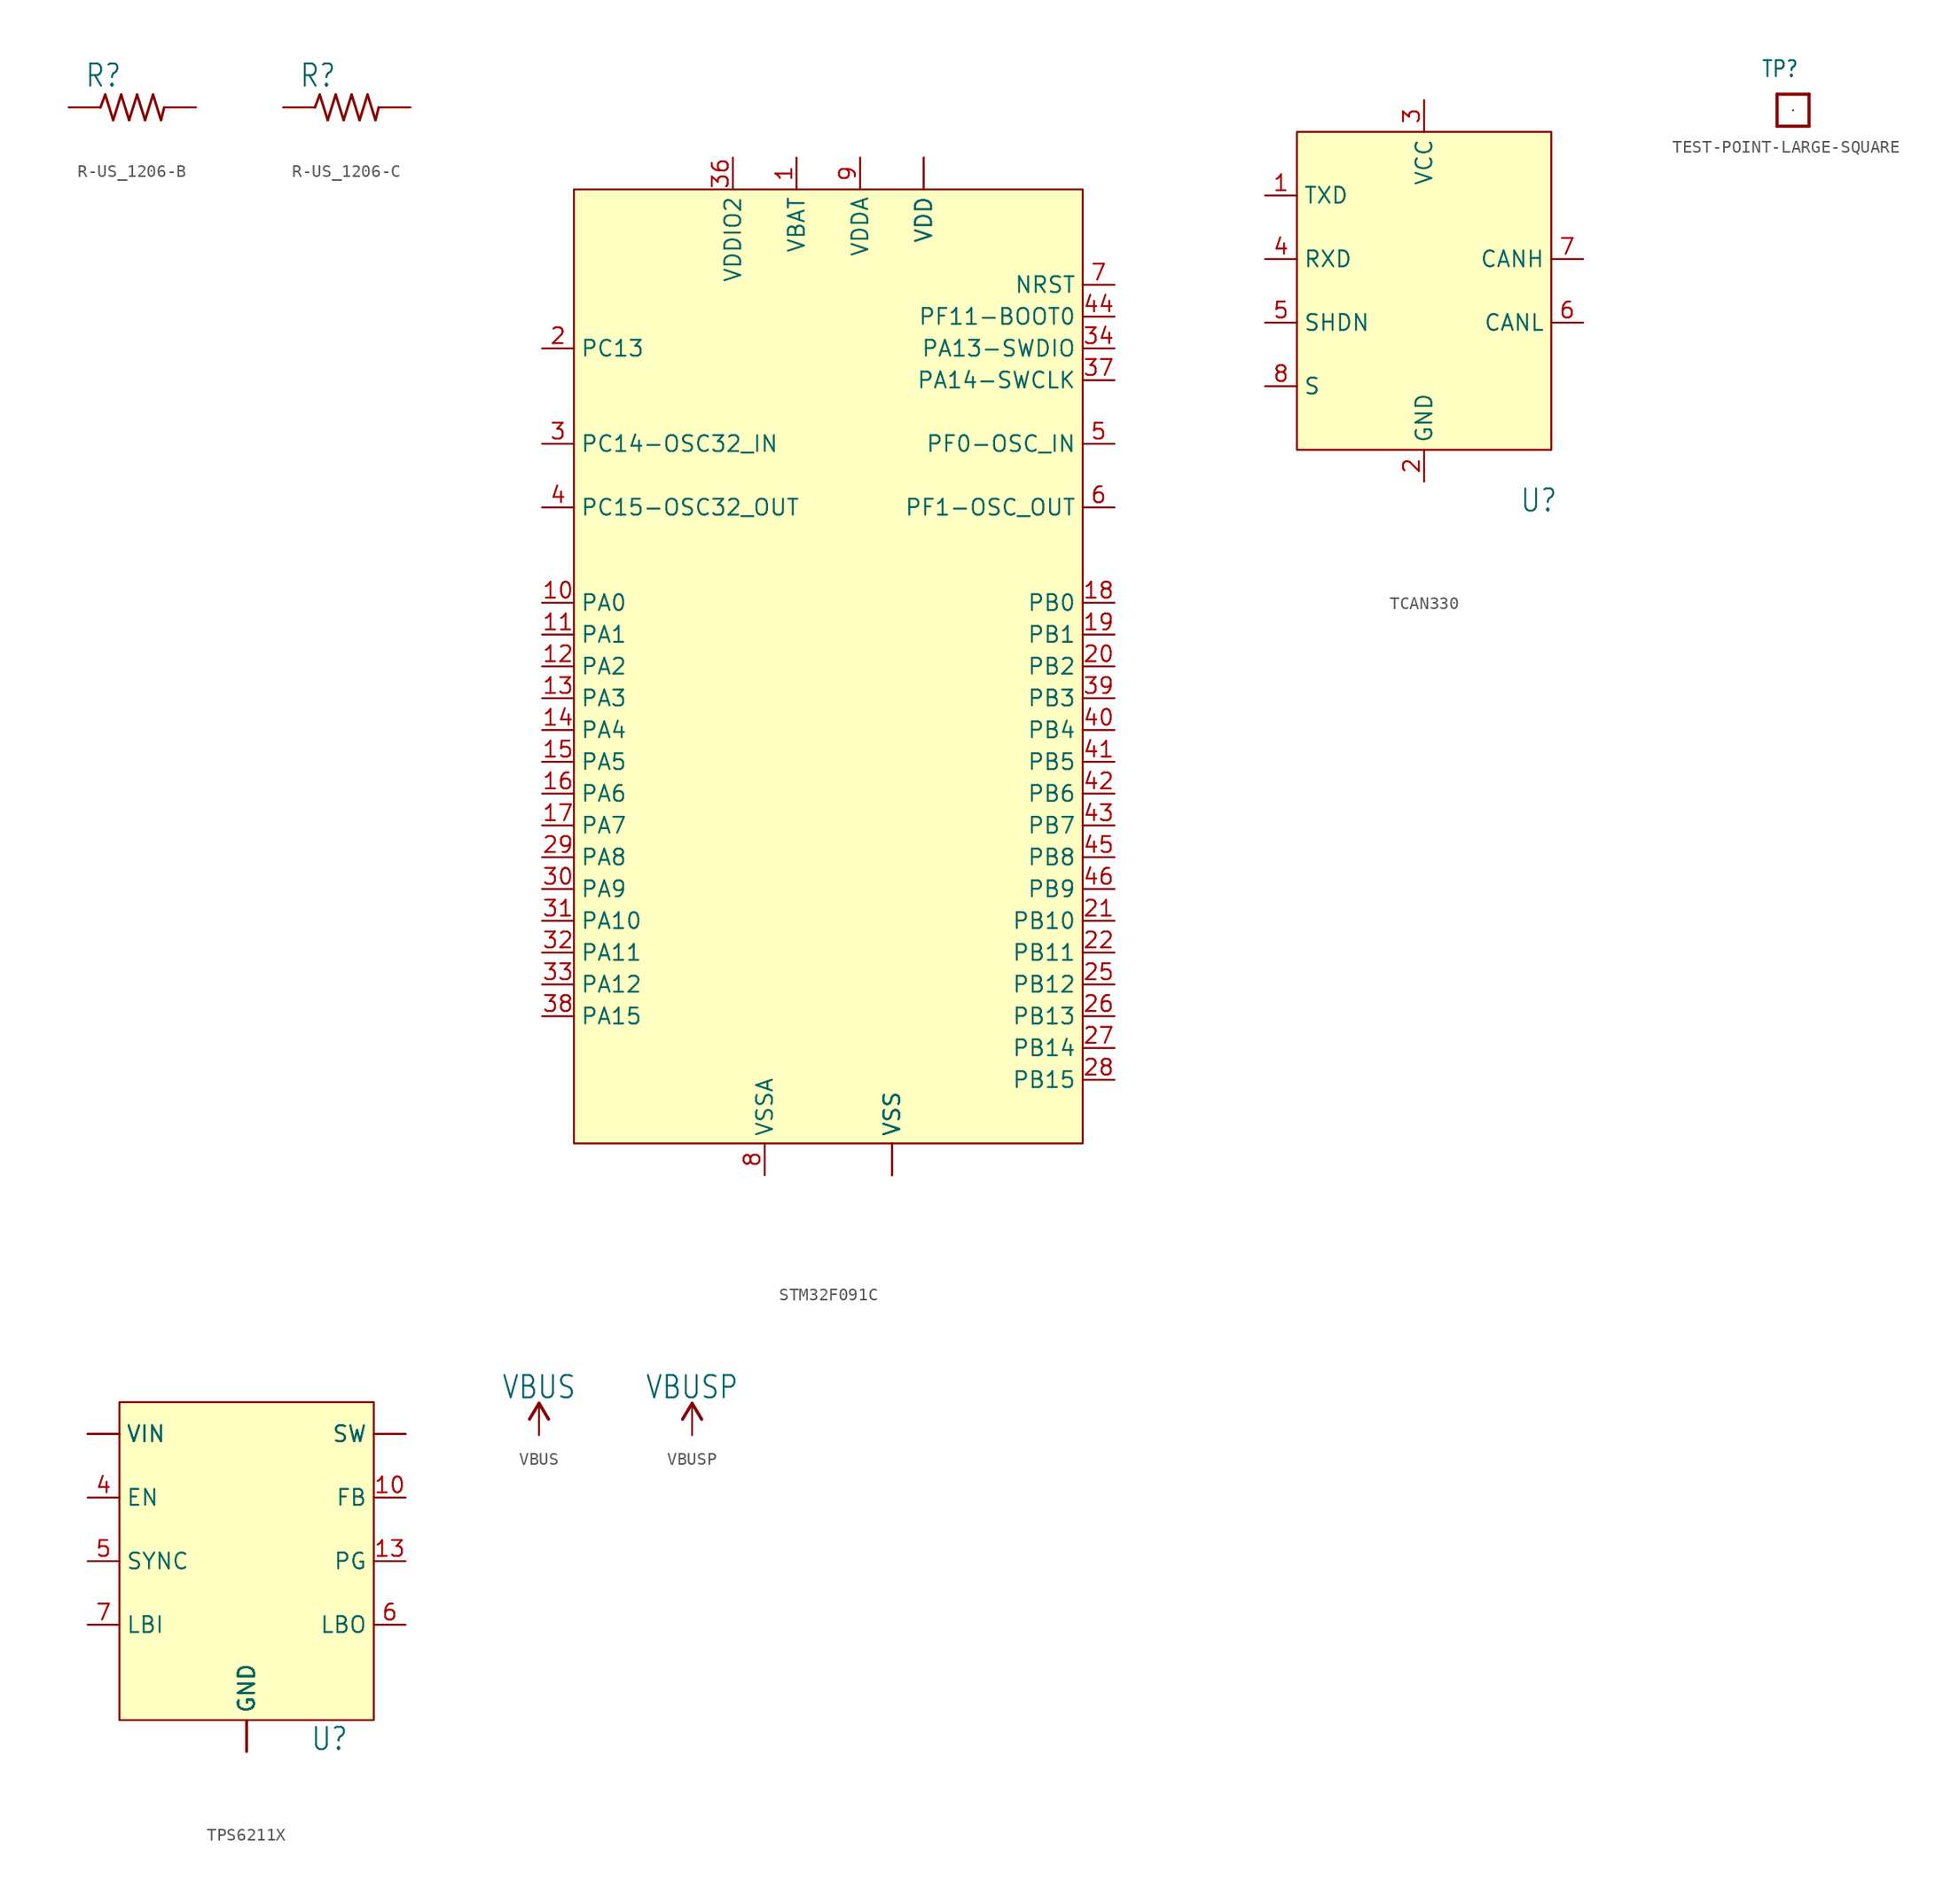
<source format=kicad_sym>
(kicad_symbol_lib
  (version 20241209)
  (generator "kicad_symbol_editor")
  (generator_version "9.0")
  (symbol "R-US_1206-B"
    (property "Reference" "R"
      (at -3.81 1.499 0)
      (effects (font (size 1.778 1.511)) (justify left bottom)))
    (property "Value" ""
      (at -3.81 -3.302 0)
      (effects (font (size 1.778 1.511)) (justify left bottom)))
    (property "ki_locked" ""
      (at 0 0 0)
      (effects (font (size 1.27 1.27))))
    (symbol "R-US_1206-B_1_0"
      (polyline (pts (xy -2.54 0) (xy -2.159 1.016)) (stroke (width 0.203) (type solid)) (fill (type none)))
      (polyline (pts (xy -2.159 1.016) (xy -1.524 -1.016)) (stroke (width 0.203) (type solid)) (fill (type none)))
      (polyline (pts (xy -1.524 -1.016) (xy -0.889 1.016)) (stroke (width 0.203) (type solid)) (fill (type none)))
      (polyline (pts (xy -0.889 1.016) (xy -0.254 -1.016)) (stroke (width 0.203) (type solid)) (fill (type none)))
      (polyline (pts (xy -0.254 -1.016) (xy 0.381 1.016)) (stroke (width 0.203) (type solid)) (fill (type none)))
      (polyline (pts (xy 0.381 1.016) (xy 1.016 -1.016)) (stroke (width 0.203) (type solid)) (fill (type none)))
      (polyline (pts (xy 1.016 -1.016) (xy 1.651 1.016)) (stroke (width 0.203) (type solid)) (fill (type none)))
      (polyline (pts (xy 1.651 1.016) (xy 2.286 -1.016)) (stroke (width 0.203) (type solid)) (fill (type none)))
      (polyline (pts (xy 2.286 -1.016) (xy 2.54 0)) (stroke (width 0.203) (type solid)) (fill (type none)))
      (pin passive line (at -5.08 0 0) (length 2.54) (name "1" (effects (font (size 0 0)))) (number "1" (effects (font (size 0 0)))))
      (pin passive line (at 5.08 0 180) (length 2.54) (name "2" (effects (font (size 0 0)))) (number "2" (effects (font (size 0 0)))))))
  (symbol "R-US_1206-C"
    (property "Reference" "R"
      (at -3.81 1.499 0)
      (effects (font (size 1.778 1.511)) (justify left bottom)))
    (property "Value" ""
      (at -3.81 -3.302 0)
      (effects (font (size 1.778 1.511)) (justify left bottom)))
    (property "ki_locked" ""
      (at 0 0 0)
      (effects (font (size 1.27 1.27))))
    (symbol "R-US_1206-C_1_0"
      (polyline (pts (xy -2.54 0) (xy -2.159 1.016)) (stroke (width 0.203) (type solid)) (fill (type none)))
      (polyline (pts (xy -2.159 1.016) (xy -1.524 -1.016)) (stroke (width 0.203) (type solid)) (fill (type none)))
      (polyline (pts (xy -1.524 -1.016) (xy -0.889 1.016)) (stroke (width 0.203) (type solid)) (fill (type none)))
      (polyline (pts (xy -0.889 1.016) (xy -0.254 -1.016)) (stroke (width 0.203) (type solid)) (fill (type none)))
      (polyline (pts (xy -0.254 -1.016) (xy 0.381 1.016)) (stroke (width 0.203) (type solid)) (fill (type none)))
      (polyline (pts (xy 0.381 1.016) (xy 1.016 -1.016)) (stroke (width 0.203) (type solid)) (fill (type none)))
      (polyline (pts (xy 1.016 -1.016) (xy 1.651 1.016)) (stroke (width 0.203) (type solid)) (fill (type none)))
      (polyline (pts (xy 1.651 1.016) (xy 2.286 -1.016)) (stroke (width 0.203) (type solid)) (fill (type none)))
      (polyline (pts (xy 2.286 -1.016) (xy 2.54 0)) (stroke (width 0.203) (type solid)) (fill (type none)))
      (pin passive line (at -5.08 0 0) (length 2.54) (name "1" (effects (font (size 0 0)))) (number "1" (effects (font (size 0 0)))))
      (pin passive line (at 5.08 0 180) (length 2.54) (name "2" (effects (font (size 0 0)))) (number "2" (effects (font (size 0 0)))))))
  (symbol "STM32F091C"
    (property "Reference" ""
      (at -20.32 38.1 0)
      (effects (font (size 1.778 1.511)) (justify left bottom) (hide yes)))
    (property "ki_locked" ""
      (at 0 0 0)
      (effects (font (size 1.27 1.27))))
    (symbol "STM32F091C_1_0"
      (pin bidirectional line (at -22.86 25.4 0) (length 2.54) (name "PC13" (effects (font (size 1.27 1.27)))) (number "2" (effects (font (size 1.27 1.27)))))
      (pin bidirectional line (at -22.86 17.78 0) (length 2.54) (name "PC14-OSC32_IN" (effects (font (size 1.27 1.27)))) (number "3" (effects (font (size 1.27 1.27)))))
      (pin bidirectional line (at -22.86 12.7 0) (length 2.54) (name "PC15-OSC32_OUT" (effects (font (size 1.27 1.27)))) (number "4" (effects (font (size 1.27 1.27)))))
      (pin bidirectional line (at -22.86 5.08 0) (length 2.54) (name "PA0" (effects (font (size 1.27 1.27)))) (number "10" (effects (font (size 1.27 1.27)))))
      (pin bidirectional line (at -22.86 2.54 0) (length 2.54) (name "PA1" (effects (font (size 1.27 1.27)))) (number "11" (effects (font (size 1.27 1.27)))))
      (pin bidirectional line (at -22.86 0 0) (length 2.54) (name "PA2" (effects (font (size 1.27 1.27)))) (number "12" (effects (font (size 1.27 1.27)))))
      (pin bidirectional line (at -22.86 -2.54 0) (length 2.54) (name "PA3" (effects (font (size 1.27 1.27)))) (number "13" (effects (font (size 1.27 1.27)))))
      (pin bidirectional line (at -22.86 -5.08 0) (length 2.54) (name "PA4" (effects (font (size 1.27 1.27)))) (number "14" (effects (font (size 1.27 1.27)))))
      (pin bidirectional line (at -22.86 -7.62 0) (length 2.54) (name "PA5" (effects (font (size 1.27 1.27)))) (number "15" (effects (font (size 1.27 1.27)))))
      (pin bidirectional line (at -22.86 -10.16 0) (length 2.54) (name "PA6" (effects (font (size 1.27 1.27)))) (number "16" (effects (font (size 1.27 1.27)))))
      (pin bidirectional line (at -22.86 -12.7 0) (length 2.54) (name "PA7" (effects (font (size 1.27 1.27)))) (number "17" (effects (font (size 1.27 1.27)))))
      (pin bidirectional line (at -22.86 -15.24 0) (length 2.54) (name "PA8" (effects (font (size 1.27 1.27)))) (number "29" (effects (font (size 1.27 1.27)))))
      (pin bidirectional line (at -22.86 -17.78 0) (length 2.54) (name "PA9" (effects (font (size 1.27 1.27)))) (number "30" (effects (font (size 1.27 1.27)))))
      (pin bidirectional line (at -22.86 -20.32 0) (length 2.54) (name "PA10" (effects (font (size 1.27 1.27)))) (number "31" (effects (font (size 1.27 1.27)))))
      (pin bidirectional line (at -22.86 -22.86 0) (length 2.54) (name "PA11" (effects (font (size 1.27 1.27)))) (number "32" (effects (font (size 1.27 1.27)))))
      (pin bidirectional line (at -22.86 -25.4 0) (length 2.54) (name "PA12" (effects (font (size 1.27 1.27)))) (number "33" (effects (font (size 1.27 1.27)))))
      (pin bidirectional line (at -22.86 -27.94 0) (length 2.54) (name "PA15" (effects (font (size 1.27 1.27)))) (number "38" (effects (font (size 1.27 1.27)))))
      (pin power_in line (at -7.62 40.64 270) (length 2.54) (name "VDDIO2" (effects (font (size 1.27 1.27)))) (number "36" (effects (font (size 1.27 1.27)))))
      (pin power_in line (at -5.08 -40.64 90) (length 2.54) (name "VSSA" (effects (font (size 1.27 1.27)))) (number "8" (effects (font (size 1.27 1.27)))))
      (pin power_in line (at -2.54 40.64 270) (length 2.54) (name "VBAT" (effects (font (size 1.27 1.27)))) (number "1" (effects (font (size 1.27 1.27)))))
      (pin power_in line (at 2.54 40.64 270) (length 2.54) (name "VDDA" (effects (font (size 1.27 1.27)))) (number "9" (effects (font (size 1.27 1.27)))))
      (pin power_in line (at 5.08 -40.64 90) (length 2.54) (name "VSS" (effects (font (size 1.27 1.27)))) (number "23" (effects (font (size 0 0)))))
      (pin power_in line (at 5.08 -40.64 90) (length 2.54) (name "VSS" (effects (font (size 1.27 1.27)))) (number "35" (effects (font (size 0 0)))))
      (pin power_in line (at 5.08 -40.64 90) (length 2.54) (name "VSS" (effects (font (size 1.27 1.27)))) (number "47" (effects (font (size 0 0)))))
      (pin power_in line (at 7.62 40.64 270) (length 2.54) (name "VDD" (effects (font (size 1.27 1.27)))) (number "24" (effects (font (size 0 0)))))
      (pin power_in line (at 7.62 40.64 270) (length 2.54) (name "VDD" (effects (font (size 1.27 1.27)))) (number "48" (effects (font (size 0 0)))))
      (pin bidirectional line (at 22.86 30.48 180) (length 2.54) (name "NRST" (effects (font (size 1.27 1.27)))) (number "7" (effects (font (size 1.27 1.27)))))
      (pin bidirectional line (at 22.86 27.94 180) (length 2.54) (name "PF11-BOOT0" (effects (font (size 1.27 1.27)))) (number "44" (effects (font (size 1.27 1.27)))))
      (pin bidirectional line (at 22.86 25.4 180) (length 2.54) (name "PA13-SWDIO" (effects (font (size 1.27 1.27)))) (number "34" (effects (font (size 1.27 1.27)))))
      (pin bidirectional line (at 22.86 22.86 180) (length 2.54) (name "PA14-SWCLK" (effects (font (size 1.27 1.27)))) (number "37" (effects (font (size 1.27 1.27)))))
      (pin bidirectional line (at 22.86 17.78 180) (length 2.54) (name "PF0-OSC_IN" (effects (font (size 1.27 1.27)))) (number "5" (effects (font (size 1.27 1.27)))))
      (pin bidirectional line (at 22.86 12.7 180) (length 2.54) (name "PF1-OSC_OUT" (effects (font (size 1.27 1.27)))) (number "6" (effects (font (size 1.27 1.27)))))
      (pin bidirectional line (at 22.86 5.08 180) (length 2.54) (name "PB0" (effects (font (size 1.27 1.27)))) (number "18" (effects (font (size 1.27 1.27)))))
      (pin bidirectional line (at 22.86 2.54 180) (length 2.54) (name "PB1" (effects (font (size 1.27 1.27)))) (number "19" (effects (font (size 1.27 1.27)))))
      (pin bidirectional line (at 22.86 0 180) (length 2.54) (name "PB2" (effects (font (size 1.27 1.27)))) (number "20" (effects (font (size 1.27 1.27)))))
      (pin bidirectional line (at 22.86 -2.54 180) (length 2.54) (name "PB3" (effects (font (size 1.27 1.27)))) (number "39" (effects (font (size 1.27 1.27)))))
      (pin bidirectional line (at 22.86 -5.08 180) (length 2.54) (name "PB4" (effects (font (size 1.27 1.27)))) (number "40" (effects (font (size 1.27 1.27)))))
      (pin bidirectional line (at 22.86 -7.62 180) (length 2.54) (name "PB5" (effects (font (size 1.27 1.27)))) (number "41" (effects (font (size 1.27 1.27)))))
      (pin bidirectional line (at 22.86 -10.16 180) (length 2.54) (name "PB6" (effects (font (size 1.27 1.27)))) (number "42" (effects (font (size 1.27 1.27)))))
      (pin bidirectional line (at 22.86 -12.7 180) (length 2.54) (name "PB7" (effects (font (size 1.27 1.27)))) (number "43" (effects (font (size 1.27 1.27)))))
      (pin bidirectional line (at 22.86 -15.24 180) (length 2.54) (name "PB8" (effects (font (size 1.27 1.27)))) (number "45" (effects (font (size 1.27 1.27)))))
      (pin bidirectional line (at 22.86 -17.78 180) (length 2.54) (name "PB9" (effects (font (size 1.27 1.27)))) (number "46" (effects (font (size 1.27 1.27)))))
      (pin bidirectional line (at 22.86 -20.32 180) (length 2.54) (name "PB10" (effects (font (size 1.27 1.27)))) (number "21" (effects (font (size 1.27 1.27)))))
      (pin bidirectional line (at 22.86 -22.86 180) (length 2.54) (name "PB11" (effects (font (size 1.27 1.27)))) (number "22" (effects (font (size 1.27 1.27)))))
      (pin bidirectional line (at 22.86 -25.4 180) (length 2.54) (name "PB12" (effects (font (size 1.27 1.27)))) (number "25" (effects (font (size 1.27 1.27)))))
      (pin bidirectional line (at 22.86 -27.94 180) (length 2.54) (name "PB13" (effects (font (size 1.27 1.27)))) (number "26" (effects (font (size 1.27 1.27)))))
      (pin bidirectional line (at 22.86 -30.48 180) (length 2.54) (name "PB14" (effects (font (size 1.27 1.27)))) (number "27" (effects (font (size 1.27 1.27)))))
      (pin bidirectional line (at 22.86 -33.02 180) (length 2.54) (name "PB15" (effects (font (size 1.27 1.27)))) (number "28" (effects (font (size 1.27 1.27))))))
    (symbol "STM32F091C_1_1"
      (rectangle (start -20.32 38.1) (end 20.32 -38.1) (stroke (width 0) (type solid)) (fill (type background)))))
  (symbol "TCAN330"
    (property "Reference" "U"
      (at 7.62 -17.78 0)
      (effects (font (size 1.778 1.511)) (justify left bottom)))
    (property "Value" ""
      (at 7.62 -20.32 0)
      (effects (font (size 1.778 1.511)) (justify left bottom)))
    (property "ki_locked" ""
      (at 0 0 0)
      (effects (font (size 1.27 1.27))))
    (symbol "TCAN330_1_0"
      (pin input line (at -12.7 7.62 0) (length 2.54) (name "TXD" (effects (font (size 1.27 1.27)))) (number "1" (effects (font (size 1.27 1.27)))))
      (pin output line (at -12.7 2.54 0) (length 2.54) (name "RXD" (effects (font (size 1.27 1.27)))) (number "4" (effects (font (size 1.27 1.27)))))
      (pin input line (at -12.7 -2.54 0) (length 2.54) (name "SHDN" (effects (font (size 1.27 1.27)))) (number "5" (effects (font (size 1.27 1.27)))))
      (pin input line (at -12.7 -7.62 0) (length 2.54) (name "S" (effects (font (size 1.27 1.27)))) (number "8" (effects (font (size 1.27 1.27)))))
      (pin power_in line (at 0 15.24 270) (length 2.54) (name "VCC" (effects (font (size 1.27 1.27)))) (number "3" (effects (font (size 1.27 1.27)))))
      (pin power_in line (at 0 -15.24 90) (length 2.54) (name "GND" (effects (font (size 1.27 1.27)))) (number "2" (effects (font (size 1.27 1.27)))))
      (pin bidirectional line (at 12.7 2.54 180) (length 2.54) (name "CANH" (effects (font (size 1.27 1.27)))) (number "7" (effects (font (size 1.27 1.27)))))
      (pin bidirectional line (at 12.7 -2.54 180) (length 2.54) (name "CANL" (effects (font (size 1.27 1.27)))) (number "6" (effects (font (size 1.27 1.27))))))
    (symbol "TCAN330_1_1"
      (rectangle (start -10.16 12.7) (end 10.16 -12.7) (stroke (width 0) (type solid)) (fill (type background)))))
  (symbol "TEST-POINT-LARGE-SQUARE"
    (property "Reference" "TP"
      (at -2.54 2.54 0)
      (effects (font (size 1.27 1.079)) (justify left bottom)))
    (property "ki_locked" ""
      (at 0 0 0)
      (effects (font (size 1.27 1.27))))
    (symbol "TEST-POINT-LARGE-SQUARE_1_0"
      (polyline (pts (xy -1.27 1.27) (xy 1.27 1.27)) (stroke (width 0.254) (type solid)) (fill (type none)))
      (polyline (pts (xy -1.27 -1.27) (xy -1.27 1.27)) (stroke (width 0.254) (type solid)) (fill (type none)))
      (polyline (pts (xy 1.27 1.27) (xy 1.27 -1.27)) (stroke (width 0.254) (type solid)) (fill (type none)))
      (polyline (pts (xy 1.27 -1.27) (xy -1.27 -1.27)) (stroke (width 0.254) (type solid)) (fill (type none)))
      (pin passive line (at 0 0 0) (length 0) (name "1" (effects (font (size 0 0)))) (number "1" (effects (font (size 0 0)))))))
  (symbol "TPS6211X"
    (property "Reference" "U"
      (at 5.08 -17.78 0)
      (effects (font (size 1.778 1.511)) (justify left bottom)))
    (property "Value" ""
      (at 5.08 -20.32 0)
      (effects (font (size 1.778 1.511)) (justify left bottom)))
    (property "ki_locked" ""
      (at 0 0 0)
      (effects (font (size 1.27 1.27))))
    (symbol "TPS6211X_1_0"
      (pin power_in line (at -12.7 7.62 0) (length 2.54) (name "VIN" (effects (font (size 1.27 1.27)))) (number "2" (effects (font (size 0 0)))))
      (pin power_in line (at -12.7 7.62 0) (length 2.54) (name "VIN" (effects (font (size 1.27 1.27)))) (number "3" (effects (font (size 0 0)))))
      (pin power_in line (at -12.7 7.62 0) (length 2.54) (name "VIN" (effects (font (size 1.27 1.27)))) (number "8" (effects (font (size 0 0)))))
      (pin input line (at -12.7 2.54 0) (length 2.54) (name "EN" (effects (font (size 1.27 1.27)))) (number "4" (effects (font (size 1.27 1.27)))))
      (pin input line (at -12.7 -2.54 0) (length 2.54) (name "SYNC" (effects (font (size 1.27 1.27)))) (number "5" (effects (font (size 1.27 1.27)))))
      (pin input line (at -12.7 -7.62 0) (length 2.54) (name "LBI" (effects (font (size 1.27 1.27)))) (number "7" (effects (font (size 1.27 1.27)))))
      (pin power_in line (at 0 -17.78 90) (length 2.54) (name "GND" (effects (font (size 1.27 1.27)))) (number "1" (effects (font (size 0 0)))))
      (pin power_in line (at 0 -17.78 90) (length 2.54) (name "GND" (effects (font (size 1.27 1.27)))) (number "11" (effects (font (size 0 0)))))
      (pin power_in line (at 0 -17.78 90) (length 2.54) (name "GND" (effects (font (size 1.27 1.27)))) (number "12" (effects (font (size 0 0)))))
      (pin power_in line (at 0 -17.78 90) (length 2.54) (name "GND" (effects (font (size 1.27 1.27)))) (number "16" (effects (font (size 0 0)))))
      (pin power_in line (at 0 -17.78 90) (length 2.54) (name "GND" (effects (font (size 1.27 1.27)))) (number "9" (effects (font (size 0 0)))))
      (pin power_in line (at 0 -17.78 90) (length 2.54) (name "GND" (effects (font (size 1.27 1.27)))) (number "PAD" (effects (font (size 0 0)))))
      (pin output line (at 12.7 7.62 180) (length 2.54) (name "SW" (effects (font (size 1.27 1.27)))) (number "14" (effects (font (size 0 0)))))
      (pin output line (at 12.7 7.62 180) (length 2.54) (name "SW" (effects (font (size 1.27 1.27)))) (number "15" (effects (font (size 0 0)))))
      (pin input line (at 12.7 2.54 180) (length 2.54) (name "FB" (effects (font (size 1.27 1.27)))) (number "10" (effects (font (size 1.27 1.27)))))
      (pin open_collector line (at 12.7 -2.54 180) (length 2.54) (name "PG" (effects (font (size 1.27 1.27)))) (number "13" (effects (font (size 1.27 1.27)))))
      (pin open_collector line (at 12.7 -7.62 180) (length 2.54) (name "LBO" (effects (font (size 1.27 1.27)))) (number "6" (effects (font (size 1.27 1.27))))))
    (symbol "TPS6211X_1_1"
      (rectangle (start -10.16 10.16) (end 10.16 -15.24) (stroke (width 0) (type solid)) (fill (type background)))))
  (symbol "VBUS"
    (power)
    (property "Reference" "#VBUS"
      (at 0 0 0)
      (effects (font (size 1.27 1.27)) (hide yes)))
    (property "Value" "VBUS"
      (at 0 0.254 0)
      (effects (font (size 1.778 1.511)) (justify bottom)))
    (property "ki_locked" ""
      (at 0 0 0)
      (effects (font (size 1.27 1.27))))
    (symbol "VBUS_1_0"
      (polyline (pts (xy 0 0) (xy -0.762 -1.27)) (stroke (width 0.254) (type solid)) (fill (type none)))
      (polyline (pts (xy 0.762 -1.27) (xy 0 0)) (stroke (width 0.254) (type solid)) (fill (type none)))
      (pin power_in line (at 0 -2.54 90) (length 2.54) (name "VBUS" (effects (font (size 0 0)))) (number "1" (effects (font (size 0 0)))))))
  (symbol "VBUSP"
    (power)
    (property "Reference" "#VBUSP"
      (at 0 0 0)
      (effects (font (size 1.27 1.27)) (hide yes)))
    (property "Value" "VBUSP"
      (at 0 2.794 0)
      (effects (font (size 1.778 1.511)) (justify bottom)))
    (property "ki_locked" ""
      (at 0 0 0)
      (effects (font (size 1.27 1.27))))
    (symbol "VBUSP_1_0"
      (polyline (pts (xy 0 2.54) (xy -0.762 1.27)) (stroke (width 0.254) (type solid)) (fill (type none)))
      (polyline (pts (xy 0.762 1.27) (xy 0 2.54)) (stroke (width 0.254) (type solid)) (fill (type none)))
      (pin power_in line (at 0 0 90) (length 2.54) (name "VBUSP" (effects (font (size 0 0)))) (number "1" (effects (font (size 0 0))))))))
</source>
